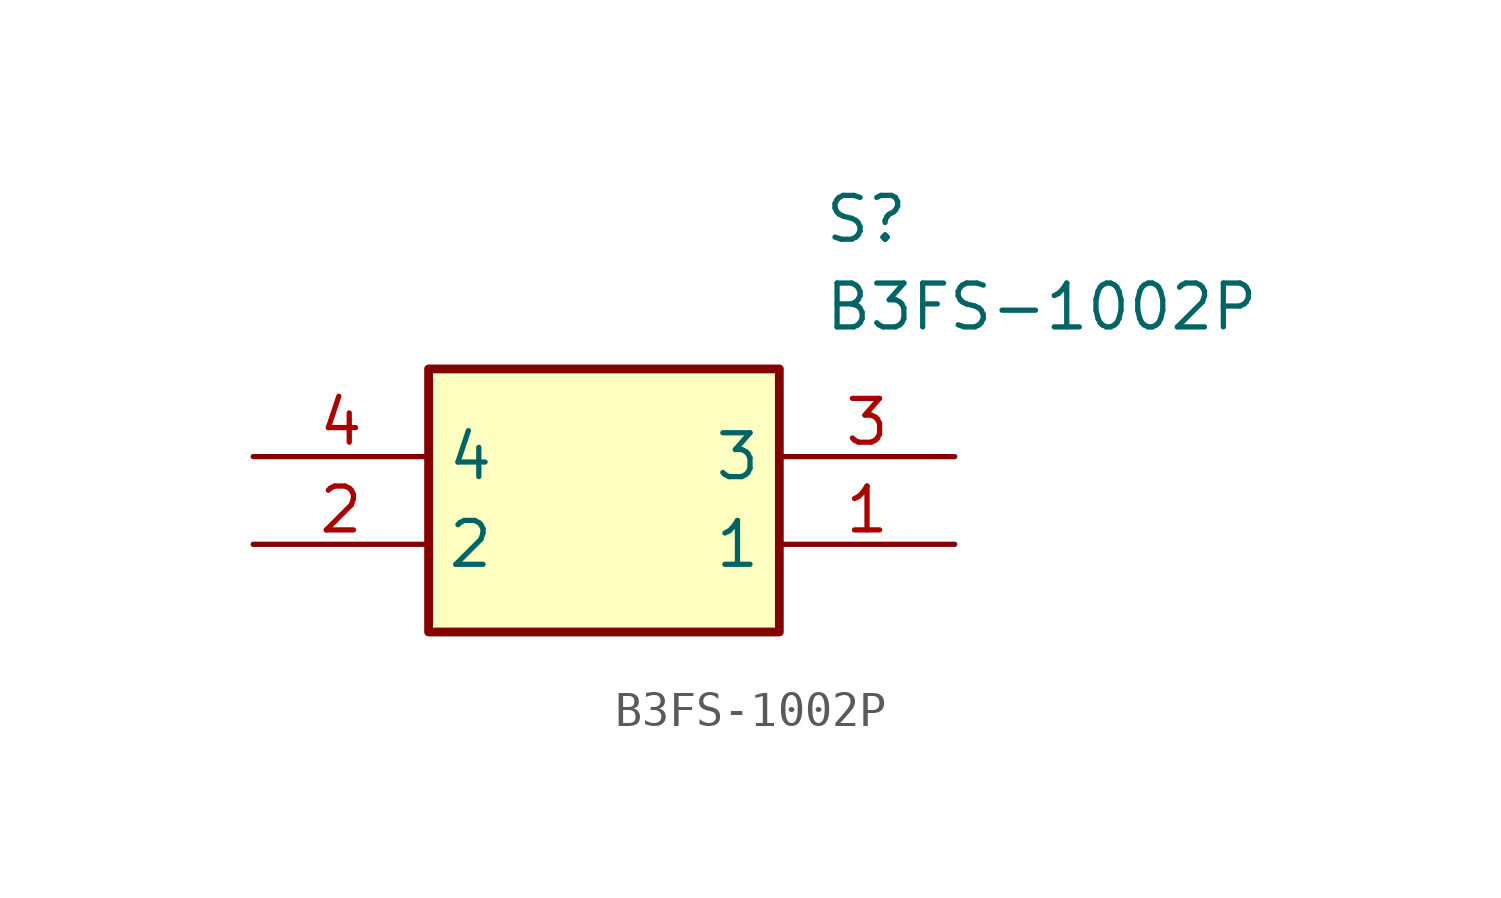
<source format=kicad_sym>
(kicad_symbol_lib
  (version 20211014)
  (generator SamacSys_ECAD_Model)
  (symbol "B3FS-1002P"
    (property "Reference" "S"
      (at 16.51 7.62 0)
      (effects (font (size 1.27 1.27)) (justify left top)))
    (property "Value" "B3FS-1002P"
      (at 16.51 5.08 0)
      (effects (font (size 1.27 1.27)) (justify left top)))
    (rectangle
      (start 5.08 2.54)
      (end 15.24 -5.08)
      (stroke (width 0.254) (type default))
      (fill (type background)))
    (pin passive line
      (at 20.32 -2.54 180)
      (length 5.08)
      (name "1" (effects (font (size 1.27 1.27))))
      (number "1" (effects (font (size 1.27 1.27)))))
    (pin passive line
      (at 0 -2.54 0)
      (length 5.08)
      (name "2" (effects (font (size 1.27 1.27))))
      (number "2" (effects (font (size 1.27 1.27)))))
    (pin passive line
      (at 20.32 0 180)
      (length 5.08)
      (name "3" (effects (font (size 1.27 1.27))))
      (number "3" (effects (font (size 1.27 1.27)))))
    (pin passive line
      (at 0 0 0)
      (length 5.08)
      (name "4" (effects (font (size 1.27 1.27))))
      (number "4" (effects (font (size 1.27 1.27)))))))
</source>
